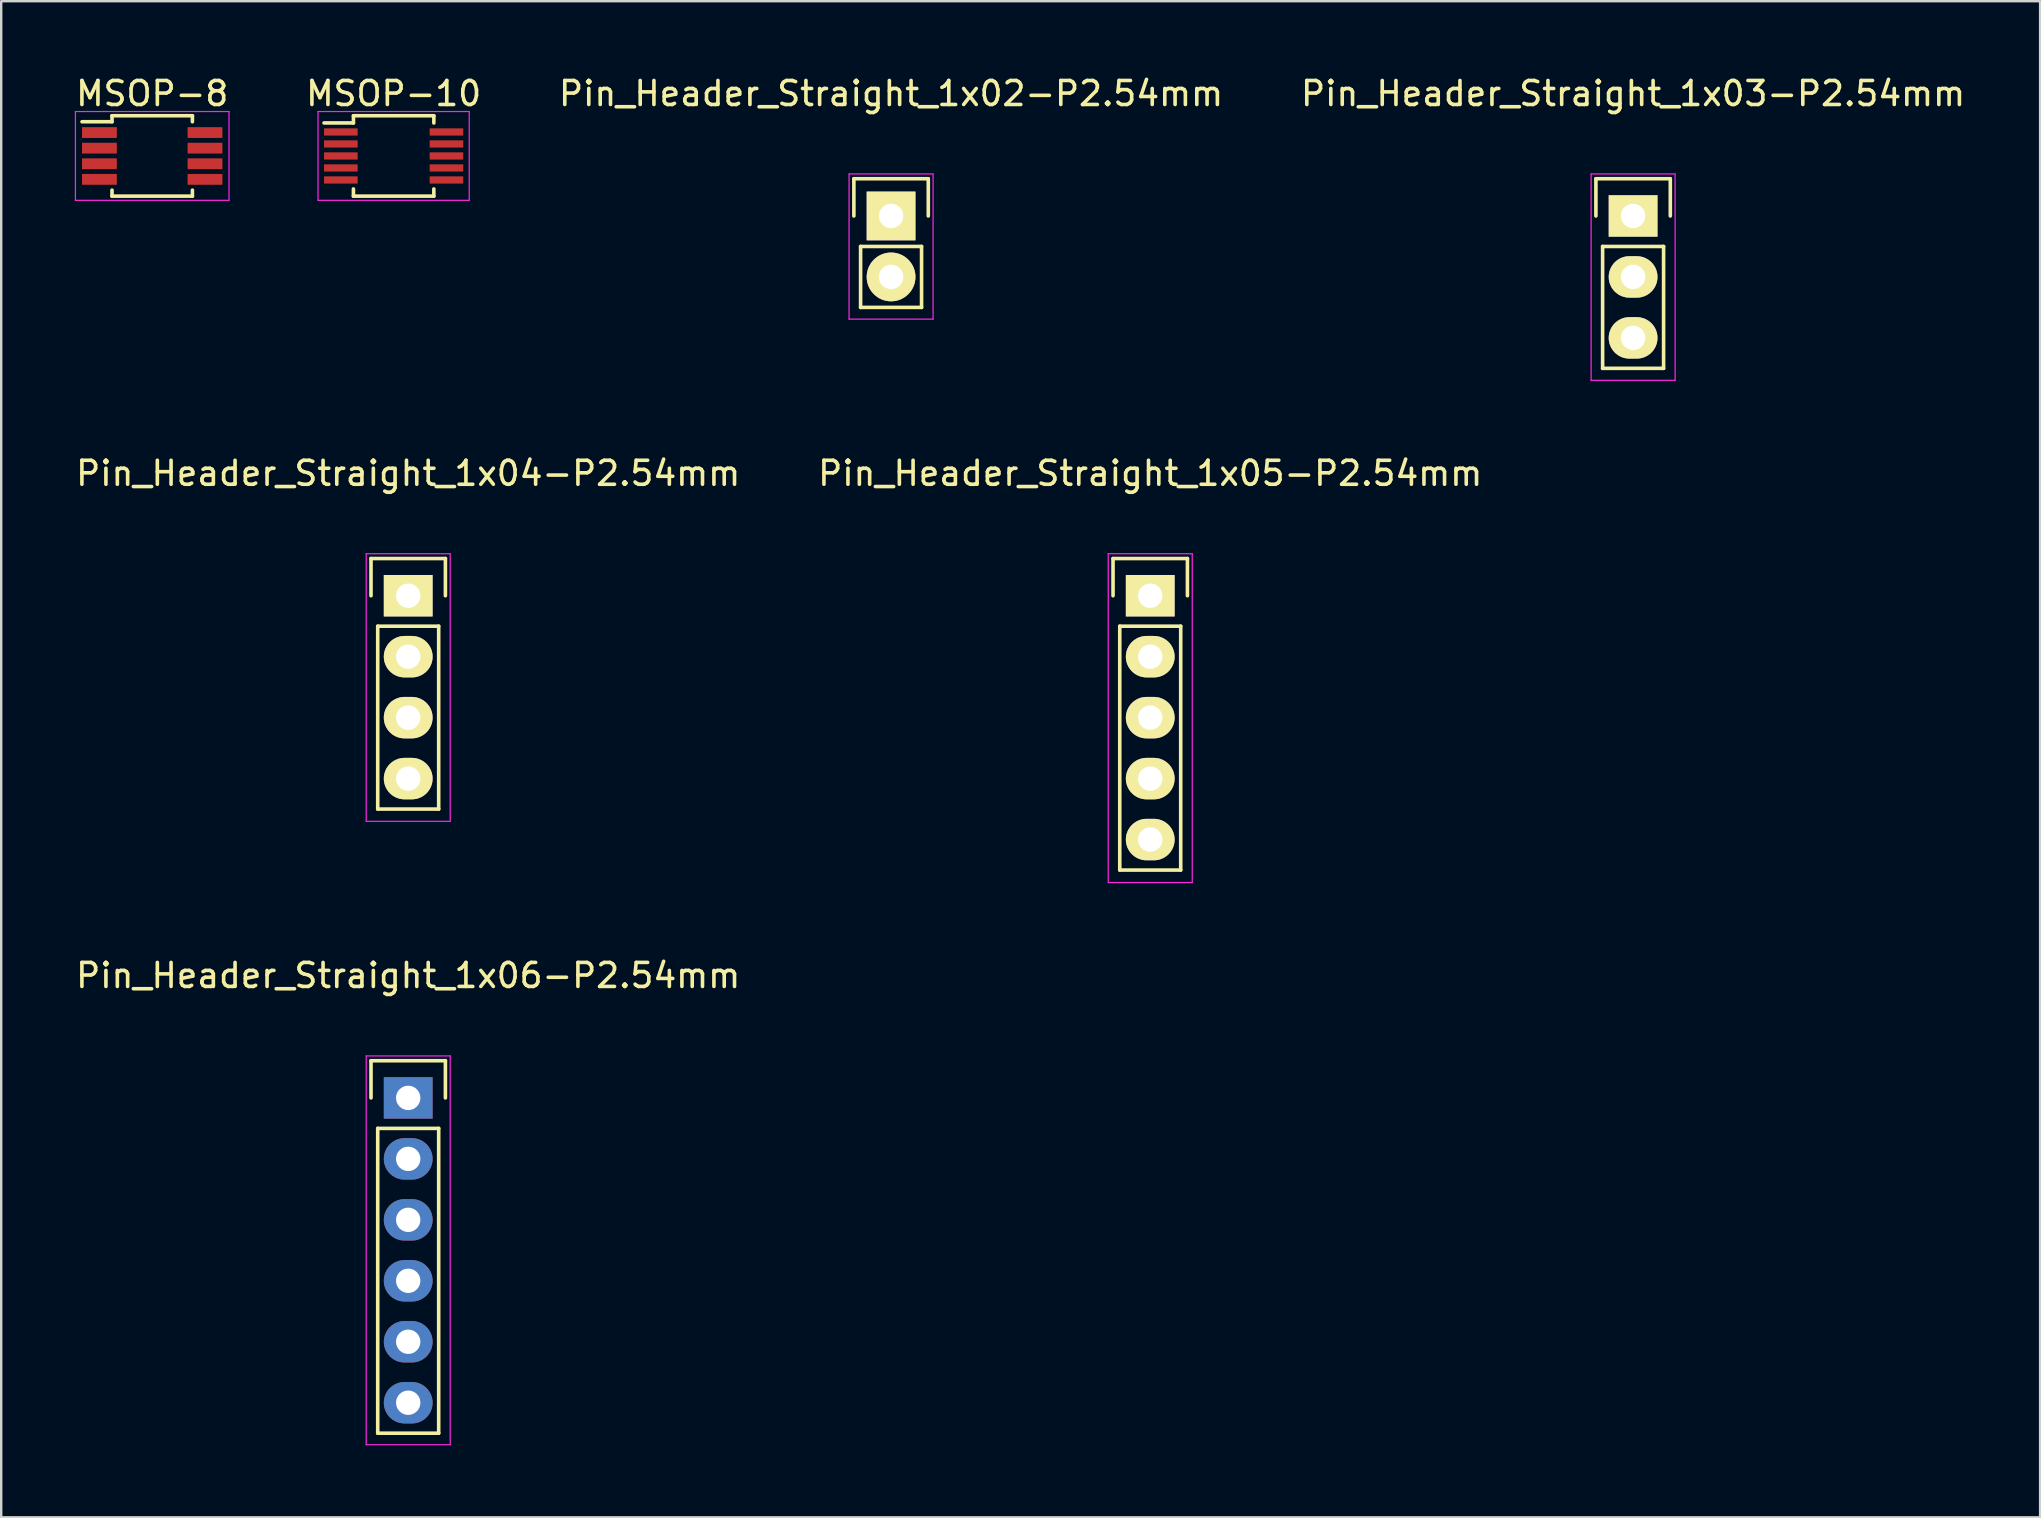
<source format=kicad_pcb>
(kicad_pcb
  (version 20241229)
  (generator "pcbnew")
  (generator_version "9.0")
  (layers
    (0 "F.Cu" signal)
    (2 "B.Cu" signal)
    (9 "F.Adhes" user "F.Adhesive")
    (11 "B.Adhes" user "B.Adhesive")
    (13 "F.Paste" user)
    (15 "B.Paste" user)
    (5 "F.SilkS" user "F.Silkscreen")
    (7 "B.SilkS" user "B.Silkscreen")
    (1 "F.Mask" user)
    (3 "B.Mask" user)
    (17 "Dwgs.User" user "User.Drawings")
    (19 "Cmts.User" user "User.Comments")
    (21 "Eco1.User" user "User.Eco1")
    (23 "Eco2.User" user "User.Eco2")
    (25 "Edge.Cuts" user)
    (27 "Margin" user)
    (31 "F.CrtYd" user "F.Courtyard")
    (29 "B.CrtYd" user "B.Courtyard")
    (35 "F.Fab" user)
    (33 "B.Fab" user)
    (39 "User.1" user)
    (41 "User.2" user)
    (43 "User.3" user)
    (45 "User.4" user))
  (footprint "Pin_Header_Straight_1x04-P2.54mm"
    (layer "F.Cu")
    (at 13.958 21.771)
    (property "Reference" "Pin_Header_Straight_1x04-P2.54mm" (at 0 -5.1 0) (layer "F.SilkS") (effects (font (size 1 1) (thickness 0.15))))
    (attr smd)
    (fp_line (start -1.55 -1.55) (end 1.55 -1.55) (stroke (width 0.15) (type solid)) (layer "F.SilkS"))
    (fp_line (start -1.55 0) (end -1.55 -1.55) (stroke (width 0.15) (type solid)) (layer "F.SilkS"))
    (fp_line (start -1.27 1.27) (end -1.27 8.89) (stroke (width 0.15) (type solid)) (layer "F.SilkS"))
    (fp_line (start -1.27 8.89) (end 1.27 8.89) (stroke (width 0.15) (type solid)) (layer "F.SilkS"))
    (fp_line (start 1.27 1.27) (end -1.27 1.27) (stroke (width 0.15) (type solid)) (layer "F.SilkS"))
    (fp_line (start 1.27 1.27) (end 1.27 8.89) (stroke (width 0.15) (type solid)) (layer "F.SilkS"))
    (fp_line (start 1.55 -1.55) (end 1.55 0) (stroke (width 0.15) (type solid)) (layer "F.SilkS"))
    (fp_line (start -1.75 -1.75) (end -1.75 9.4) (stroke (width 0.05) (type solid)) (layer "F.CrtYd"))
    (fp_line (start -1.75 -1.75) (end 1.75 -1.75) (stroke (width 0.05) (type solid)) (layer "F.CrtYd"))
    (fp_line (start -1.75 9.4) (end 1.75 9.4) (stroke (width 0.05) (type solid)) (layer "F.CrtYd"))
    (fp_line (start 1.75 -1.75) (end 1.75 9.4) (stroke (width 0.05) (type solid)) (layer "F.CrtYd"))
    (pad "1" thru_hole rect (at 0 0) (size 2.032 1.727) (drill 1.016) (layers "*.Cu" "*.Mask" "F.SilkS"))
    (pad "2" thru_hole oval (at 0 2.54) (size 2.032 1.727) (drill 1.016) (layers "*.Cu" "*.Mask" "F.SilkS"))
    (pad "3" thru_hole oval (at 0 5.08) (size 2.032 1.727) (drill 1.016) (layers "*.Cu" "*.Mask" "F.SilkS"))
    (pad "4" thru_hole oval (at 0 7.62) (size 2.032 1.727) (drill 1.016) (layers "*.Cu" "*.Mask" "F.SilkS")))
  (footprint "Pin_Header_Straight_1x03-P2.54mm"
    (layer "F.Cu")
    (at 64.994 5.948)
    (property "Reference" "Pin_Header_Straight_1x03-P2.54mm" (at 0 -5.1 0) (layer "F.SilkS") (effects (font (size 1 1) (thickness 0.15))))
    (attr smd)
    (fp_line (start -1.55 -1.55) (end 1.55 -1.55) (stroke (width 0.15) (type solid)) (layer "F.SilkS"))
    (fp_line (start -1.55 0) (end -1.55 -1.55) (stroke (width 0.15) (type solid)) (layer "F.SilkS"))
    (fp_line (start -1.27 1.27) (end -1.27 6.35) (stroke (width 0.15) (type solid)) (layer "F.SilkS"))
    (fp_line (start -1.27 6.35) (end 1.27 6.35) (stroke (width 0.15) (type solid)) (layer "F.SilkS"))
    (fp_line (start 1.27 1.27) (end -1.27 1.27) (stroke (width 0.15) (type solid)) (layer "F.SilkS"))
    (fp_line (start 1.27 6.35) (end 1.27 1.27) (stroke (width 0.15) (type solid)) (layer "F.SilkS"))
    (fp_line (start 1.55 -1.55) (end 1.55 0) (stroke (width 0.15) (type solid)) (layer "F.SilkS"))
    (fp_line (start -1.75 -1.75) (end -1.75 6.85) (stroke (width 0.05) (type solid)) (layer "F.CrtYd"))
    (fp_line (start -1.75 -1.75) (end 1.75 -1.75) (stroke (width 0.05) (type solid)) (layer "F.CrtYd"))
    (fp_line (start -1.75 6.85) (end 1.75 6.85) (stroke (width 0.05) (type solid)) (layer "F.CrtYd"))
    (fp_line (start 1.75 -1.75) (end 1.75 6.85) (stroke (width 0.05) (type solid)) (layer "F.CrtYd"))
    (pad "1" thru_hole rect (at 0 0) (size 2.032 1.727) (drill 1.016) (layers "*.Cu" "*.Mask" "F.SilkS"))
    (pad "2" thru_hole oval (at 0 2.54) (size 2.032 1.727) (drill 1.016) (layers "*.Cu" "*.Mask" "F.SilkS"))
    (pad "3" thru_hole oval (at 0 5.08) (size 2.032 1.727) (drill 1.016) (layers "*.Cu" "*.Mask" "F.SilkS")))
  (footprint "MSOP-10"
    (layer "F.Cu")
    (at 13.351 3.448)
    (property "Reference" "MSOP-10" (at 0 -2.6 0) (layer "F.SilkS") (effects (font (size 1 1) (thickness 0.15))))
    (attr smd)
    (fp_line (start -1.675 -1.675) (end -1.675 -1.375) (stroke (width 0.15) (type solid)) (layer "F.SilkS"))
    (fp_line (start -1.675 -1.675) (end 1.675 -1.675) (stroke (width 0.15) (type solid)) (layer "F.SilkS"))
    (fp_line (start -1.675 -1.375) (end -2.9 -1.375) (stroke (width 0.15) (type solid)) (layer "F.SilkS"))
    (fp_line (start -1.675 1.675) (end -1.675 1.375) (stroke (width 0.15) (type solid)) (layer "F.SilkS"))
    (fp_line (start -1.675 1.675) (end 1.675 1.675) (stroke (width 0.15) (type solid)) (layer "F.SilkS"))
    (fp_line (start 1.675 -1.675) (end 1.675 -1.375) (stroke (width 0.15) (type solid)) (layer "F.SilkS"))
    (fp_line (start 1.675 1.675) (end 1.675 1.375) (stroke (width 0.15) (type solid)) (layer "F.SilkS"))
    (fp_line (start -3.15 -1.85) (end -3.15 1.85) (stroke (width 0.05) (type solid)) (layer "F.CrtYd"))
    (fp_line (start -3.15 -1.85) (end 3.15 -1.85) (stroke (width 0.05) (type solid)) (layer "F.CrtYd"))
    (fp_line (start -3.15 1.85) (end 3.15 1.85) (stroke (width 0.05) (type solid)) (layer "F.CrtYd"))
    (fp_line (start 3.15 -1.85) (end 3.15 1.85) (stroke (width 0.05) (type solid)) (layer "F.CrtYd"))
    (pad "1" smd rect (at -2.2 -1) (size 1.4 0.3) (layers "F.Cu" "F.Mask" "F.Paste"))
    (pad "2" smd rect (at -2.2 -0.5) (size 1.4 0.3) (layers "F.Cu" "F.Mask" "F.Paste"))
    (pad "3" smd rect (at -2.2 0) (size 1.4 0.3) (layers "F.Cu" "F.Mask" "F.Paste"))
    (pad "4" smd rect (at -2.2 0.5) (size 1.4 0.3) (layers "F.Cu" "F.Mask" "F.Paste"))
    (pad "5" smd rect (at -2.2 1) (size 1.4 0.3) (layers "F.Cu" "F.Mask" "F.Paste"))
    (pad "6" smd rect (at 2.2 1) (size 1.4 0.3) (layers "F.Cu" "F.Mask" "F.Paste"))
    (pad "7" smd rect (at 2.2 0.5) (size 1.4 0.3) (layers "F.Cu" "F.Mask" "F.Paste"))
    (pad "8" smd rect (at 2.2 0) (size 1.4 0.3) (layers "F.Cu" "F.Mask" "F.Paste"))
    (pad "9" smd rect (at 2.2 -0.5) (size 1.4 0.3) (layers "F.Cu" "F.Mask" "F.Paste"))
    (pad "10" smd rect (at 2.2 -1) (size 1.4 0.3) (layers "F.Cu" "F.Mask" "F.Paste")))
  (footprint "Pin_Header_Straight_1x05-P2.54mm"
    (layer "F.Cu")
    (at 44.875 21.771)
    (property "Reference" "Pin_Header_Straight_1x05-P2.54mm" (at 0 -5.1 0) (layer "F.SilkS") (effects (font (size 1 1) (thickness 0.15))))
    (attr smd)
    (fp_line (start -1.55 -1.55) (end 1.55 -1.55) (stroke (width 0.15) (type solid)) (layer "F.SilkS"))
    (fp_line (start -1.55 0) (end -1.55 -1.55) (stroke (width 0.15) (type solid)) (layer "F.SilkS"))
    (fp_line (start -1.27 11.43) (end -1.27 1.27) (stroke (width 0.15) (type solid)) (layer "F.SilkS"))
    (fp_line (start 1.27 1.27) (end -1.27 1.27) (stroke (width 0.15) (type solid)) (layer "F.SilkS"))
    (fp_line (start 1.27 1.27) (end 1.27 11.43) (stroke (width 0.15) (type solid)) (layer "F.SilkS"))
    (fp_line (start 1.27 11.43) (end -1.27 11.43) (stroke (width 0.15) (type solid)) (layer "F.SilkS"))
    (fp_line (start 1.55 -1.55) (end 1.55 0) (stroke (width 0.15) (type solid)) (layer "F.SilkS"))
    (fp_line (start -1.75 -1.75) (end -1.75 11.95) (stroke (width 0.05) (type solid)) (layer "F.CrtYd"))
    (fp_line (start -1.75 -1.75) (end 1.75 -1.75) (stroke (width 0.05) (type solid)) (layer "F.CrtYd"))
    (fp_line (start -1.75 11.95) (end 1.75 11.95) (stroke (width 0.05) (type solid)) (layer "F.CrtYd"))
    (fp_line (start 1.75 -1.75) (end 1.75 11.95) (stroke (width 0.05) (type solid)) (layer "F.CrtYd"))
    (pad "1" thru_hole rect (at 0 0) (size 2.032 1.727) (drill 1.016) (layers "*.Cu" "*.Mask" "F.SilkS"))
    (pad "2" thru_hole oval (at 0 2.54) (size 2.032 1.727) (drill 1.016) (layers "*.Cu" "*.Mask" "F.SilkS"))
    (pad "3" thru_hole oval (at 0 5.08) (size 2.032 1.727) (drill 1.016) (layers "*.Cu" "*.Mask" "F.SilkS"))
    (pad "4" thru_hole oval (at 0 7.62) (size 2.032 1.727) (drill 1.016) (layers "*.Cu" "*.Mask" "F.SilkS"))
    (pad "5" thru_hole oval (at 0 10.16) (size 2.032 1.727) (drill 1.016) (layers "*.Cu" "*.Mask" "F.SilkS")))
  (footprint "Pin_Header_Straight_1x06-P2.54mm"
    (layer "F.Cu")
    (at 13.958 42.695)
    (property "Reference" "Pin_Header_Straight_1x06-P2.54mm" (at 0 -5.1 0) (layer "F.SilkS") (effects (font (size 1 1) (thickness 0.15))))
    (attr smd)
    (fp_line (start -1.55 -1.55) (end 1.55 -1.55) (stroke (width 0.15) (type solid)) (layer "F.SilkS"))
    (fp_line (start -1.55 0) (end -1.55 -1.55) (stroke (width 0.15) (type solid)) (layer "F.SilkS"))
    (fp_line (start -1.27 13.97) (end -1.27 1.27) (stroke (width 0.15) (type solid)) (layer "F.SilkS"))
    (fp_line (start 1.27 1.27) (end -1.27 1.27) (stroke (width 0.15) (type solid)) (layer "F.SilkS"))
    (fp_line (start 1.27 1.27) (end 1.27 13.97) (stroke (width 0.15) (type solid)) (layer "F.SilkS"))
    (fp_line (start 1.27 13.97) (end -1.27 13.97) (stroke (width 0.15) (type solid)) (layer "F.SilkS"))
    (fp_line (start 1.55 -1.55) (end 1.55 0) (stroke (width 0.15) (type solid)) (layer "F.SilkS"))
    (fp_line (start -1.75 -1.75) (end -1.75 14.45) (stroke (width 0.05) (type solid)) (layer "F.CrtYd"))
    (fp_line (start -1.75 -1.75) (end 1.75 -1.75) (stroke (width 0.05) (type solid)) (layer "F.CrtYd"))
    (fp_line (start -1.75 14.45) (end 1.75 14.45) (stroke (width 0.05) (type solid)) (layer "F.CrtYd"))
    (fp_line (start 1.75 -1.75) (end 1.75 14.45) (stroke (width 0.05) (type solid)) (layer "F.CrtYd"))
    (pad "1" thru_hole rect (at 0 0) (size 2.032 1.727) (drill 1.016) (layers "*.Cu" "*.Mask"))
    (pad "2" thru_hole oval (at 0 2.54) (size 2.032 1.727) (drill 1.016) (layers "*.Cu" "*.Mask"))
    (pad "3" thru_hole oval (at 0 5.08) (size 2.032 1.727) (drill 1.016) (layers "*.Cu" "*.Mask"))
    (pad "4" thru_hole oval (at 0 7.62) (size 2.032 1.727) (drill 1.016) (layers "*.Cu" "*.Mask"))
    (pad "5" thru_hole oval (at 0 10.16) (size 2.032 1.727) (drill 1.016) (layers "*.Cu" "*.Mask"))
    (pad "6" thru_hole oval (at 0 12.7) (size 2.032 1.727) (drill 1.016) (layers "*.Cu" "*.Mask")))
  (footprint "Pin_Header_Straight_1x02-P2.54mm"
    (layer "F.Cu")
    (at 34.077 5.948)
    (property "Reference" "Pin_Header_Straight_1x02-P2.54mm" (at 0 -5.1 0) (layer "F.SilkS") (effects (font (size 1 1) (thickness 0.15))))
    (attr smd)
    (fp_line (start -1.55 -1.55) (end 1.55 -1.55) (stroke (width 0.15) (type solid)) (layer "F.SilkS"))
    (fp_line (start -1.55 0) (end -1.55 -1.55) (stroke (width 0.15) (type solid)) (layer "F.SilkS"))
    (fp_line (start -1.27 1.27) (end -1.27 3.81) (stroke (width 0.15) (type solid)) (layer "F.SilkS"))
    (fp_line (start -1.27 3.81) (end 1.27 3.81) (stroke (width 0.15) (type solid)) (layer "F.SilkS"))
    (fp_line (start 1.27 1.27) (end -1.27 1.27) (stroke (width 0.15) (type solid)) (layer "F.SilkS"))
    (fp_line (start 1.27 1.27) (end 1.27 3.81) (stroke (width 0.15) (type solid)) (layer "F.SilkS"))
    (fp_line (start 1.55 -1.55) (end 1.55 0) (stroke (width 0.15) (type solid)) (layer "F.SilkS"))
    (fp_line (start -1.75 -1.75) (end -1.75 4.3) (stroke (width 0.05) (type solid)) (layer "F.CrtYd"))
    (fp_line (start -1.75 -1.75) (end 1.75 -1.75) (stroke (width 0.05) (type solid)) (layer "F.CrtYd"))
    (fp_line (start -1.75 4.3) (end 1.75 4.3) (stroke (width 0.05) (type solid)) (layer "F.CrtYd"))
    (fp_line (start 1.75 -1.75) (end 1.75 4.3) (stroke (width 0.05) (type solid)) (layer "F.CrtYd"))
    (pad "1" thru_hole rect (at 0 0) (size 2.032 2.032) (drill 1.016) (layers "*.Cu" "*.Mask" "F.SilkS"))
    (pad "2" thru_hole oval (at 0 2.54) (size 2.032 2.032) (drill 1.016) (layers "*.Cu" "*.Mask" "F.SilkS")))
  (footprint "MSOP-8"
    (layer "F.Cu")
    (at 3.292 3.448)
    (property "Reference" "MSOP-8" (at 0 -2.6 0) (layer "F.SilkS") (effects (font (size 1 1) (thickness 0.15))))
    (attr smd)
    (fp_line (start -1.675 -1.675) (end -1.675 -1.425) (stroke (width 0.15) (type solid)) (layer "F.SilkS"))
    (fp_line (start -1.675 -1.675) (end 1.675 -1.675) (stroke (width 0.15) (type solid)) (layer "F.SilkS"))
    (fp_line (start -1.675 -1.425) (end -2.925 -1.425) (stroke (width 0.15) (type solid)) (layer "F.SilkS"))
    (fp_line (start -1.675 1.675) (end -1.675 1.425) (stroke (width 0.15) (type solid)) (layer "F.SilkS"))
    (fp_line (start -1.675 1.675) (end 1.675 1.675) (stroke (width 0.15) (type solid)) (layer "F.SilkS"))
    (fp_line (start 1.675 -1.675) (end 1.675 -1.425) (stroke (width 0.15) (type solid)) (layer "F.SilkS"))
    (fp_line (start 1.675 1.675) (end 1.675 1.425) (stroke (width 0.15) (type solid)) (layer "F.SilkS"))
    (fp_line (start -3.2 -1.85) (end -3.2 1.85) (stroke (width 0.05) (type solid)) (layer "F.CrtYd"))
    (fp_line (start -3.2 -1.85) (end 3.2 -1.85) (stroke (width 0.05) (type solid)) (layer "F.CrtYd"))
    (fp_line (start -3.2 1.85) (end 3.2 1.85) (stroke (width 0.05) (type solid)) (layer "F.CrtYd"))
    (fp_line (start 3.2 -1.85) (end 3.2 1.85) (stroke (width 0.05) (type solid)) (layer "F.CrtYd"))
    (pad "1" smd rect (at -2.2 -0.975) (size 1.45 0.45) (layers "F.Cu" "F.Mask" "F.Paste"))
    (pad "2" smd rect (at -2.2 -0.325) (size 1.45 0.45) (layers "F.Cu" "F.Mask" "F.Paste"))
    (pad "3" smd rect (at -2.2 0.325) (size 1.45 0.45) (layers "F.Cu" "F.Mask" "F.Paste"))
    (pad "4" smd rect (at -2.2 0.975) (size 1.45 0.45) (layers "F.Cu" "F.Mask" "F.Paste"))
    (pad "5" smd rect (at 2.2 0.975) (size 1.45 0.45) (layers "F.Cu" "F.Mask" "F.Paste"))
    (pad "6" smd rect (at 2.2 0.325) (size 1.45 0.45) (layers "F.Cu" "F.Mask" "F.Paste"))
    (pad "7" smd rect (at 2.2 -0.325) (size 1.45 0.45) (layers "F.Cu" "F.Mask" "F.Paste"))
    (pad "8" smd rect (at 2.2 -0.975) (size 1.45 0.45) (layers "F.Cu" "F.Mask" "F.Paste")))
  (gr_rect
    (start -3 -3)
    (end 81.952 60.17)
    (stroke (width 0.1) (type default))
    (fill no)
    (layer "Edge.Cuts")))
</source>
